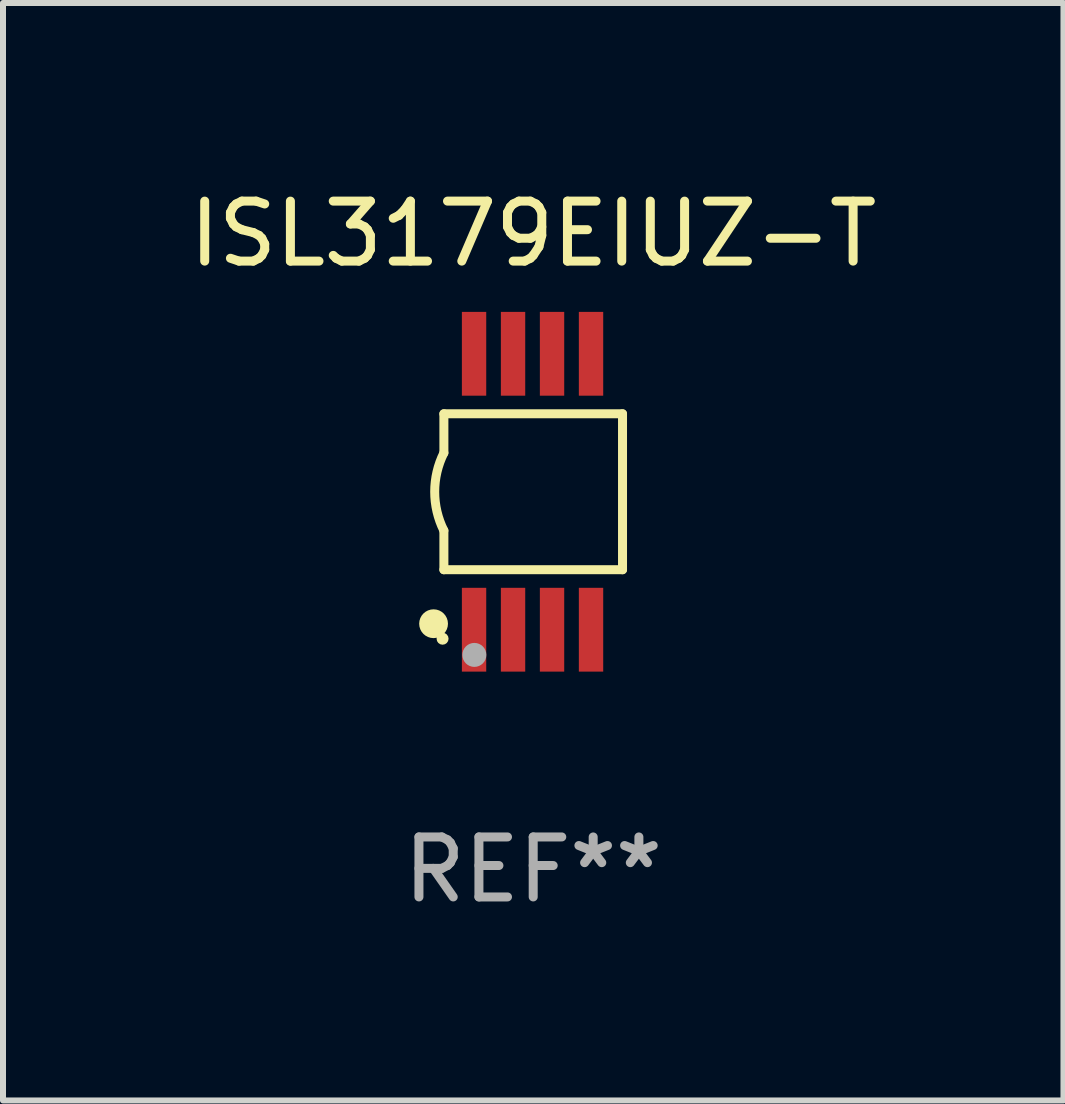
<source format=kicad_pcb>
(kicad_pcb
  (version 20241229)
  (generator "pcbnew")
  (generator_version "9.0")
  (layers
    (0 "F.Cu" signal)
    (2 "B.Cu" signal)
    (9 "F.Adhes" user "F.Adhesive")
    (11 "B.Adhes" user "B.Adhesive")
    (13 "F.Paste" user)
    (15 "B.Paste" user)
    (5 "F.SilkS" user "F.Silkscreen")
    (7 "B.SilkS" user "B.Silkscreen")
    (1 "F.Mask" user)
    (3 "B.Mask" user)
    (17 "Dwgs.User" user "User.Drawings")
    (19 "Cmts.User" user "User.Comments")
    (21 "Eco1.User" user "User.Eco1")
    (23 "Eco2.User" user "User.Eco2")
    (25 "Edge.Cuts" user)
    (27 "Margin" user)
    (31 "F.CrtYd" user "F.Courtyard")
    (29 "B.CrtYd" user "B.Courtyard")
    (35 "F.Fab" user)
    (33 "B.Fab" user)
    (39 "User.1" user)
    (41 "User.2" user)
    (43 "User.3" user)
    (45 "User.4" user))
  (footprint "ISL3179EIUZ-T"
    (layer "F.Cu")
    (at 5.839 5.148)
    (property "Reference" "ISL3179EIUZ-T" (at 0 -4.3 0) (layer "F.SilkS") (effects (font (size 1 1) (thickness 0.15))))
    (attr through_hole)
    (fp_line (start -1.489 -1.3) (end -1.489 -0.648) (stroke (width 0.15) (type solid)) (layer "F.SilkS"))
    (fp_line (start -1.489 0.648) (end -1.489 1.3) (stroke (width 0.15) (type solid)) (layer "F.SilkS"))
    (fp_line (start -1.489 1.3) (end 1.489 1.3) (stroke (width 0.15) (type solid)) (layer "F.SilkS"))
    (fp_line (start 1.489 -1.3) (end -1.489 -1.3) (stroke (width 0.15) (type solid)) (layer "F.SilkS"))
    (fp_line (start 1.489 1.3) (end 1.489 -1.3) (stroke (width 0.15) (type solid)) (layer "F.SilkS"))
    (fp_arc (start -1.489205 0.647702) (mid -1.642107 0) (end -1.489205 -0.647701) (stroke (width 0.150013) (type solid)) (layer "F.SilkS"))
    (fp_circle (center -1.661 2.2) (end -1.541 2.2) (stroke (width 0.24) (type solid)) (fill no) (layer "F.SilkS"))
    (fp_circle (center -1.511 2.45) (end -1.461 2.45) (stroke (width 0.1) (type solid)) (fill no) (layer "F.SilkS"))
    (fp_circle (center -0.981 2.72) (end -0.881 2.72) (stroke (width 0.2) (type solid)) (fill no) (layer "F.Fab"))
    (fp_text user "REF**" (at 0 6.3 0) (layer "F.Fab") (effects (font (size 1 1) (thickness 0.15))))
    (pad "1" smd rect (at -0.986 2.3) (size 0.406 1.397) (layers "F.Cu" "F.Mask" "F.Paste"))
    (pad "2" smd rect (at -0.336 2.3) (size 0.406 1.397) (layers "F.Cu" "F.Mask" "F.Paste"))
    (pad "3" smd rect (at 0.314 2.3) (size 0.406 1.397) (layers "F.Cu" "F.Mask" "F.Paste"))
    (pad "4" smd rect (at 0.964 2.3) (size 0.406 1.397) (layers "F.Cu" "F.Mask" "F.Paste"))
    (pad "5" smd rect (at 0.964 -2.3) (size 0.406 1.397) (layers "F.Cu" "F.Mask" "F.Paste"))
    (pad "6" smd rect (at 0.314 -2.3) (size 0.406 1.397) (layers "F.Cu" "F.Mask" "F.Paste"))
    (pad "7" smd rect (at -0.336 -2.3) (size 0.406 1.397) (layers "F.Cu" "F.Mask" "F.Paste"))
    (pad "8" smd rect (at -0.986 -2.3) (size 0.406 1.397) (layers "F.Cu" "F.Mask" "F.Paste")))
  (gr_rect
    (start -3 -3)
    (end 14.679 15.296)
    (stroke (width 0.1) (type default))
    (fill no)
    (layer "Edge.Cuts")))
</source>
